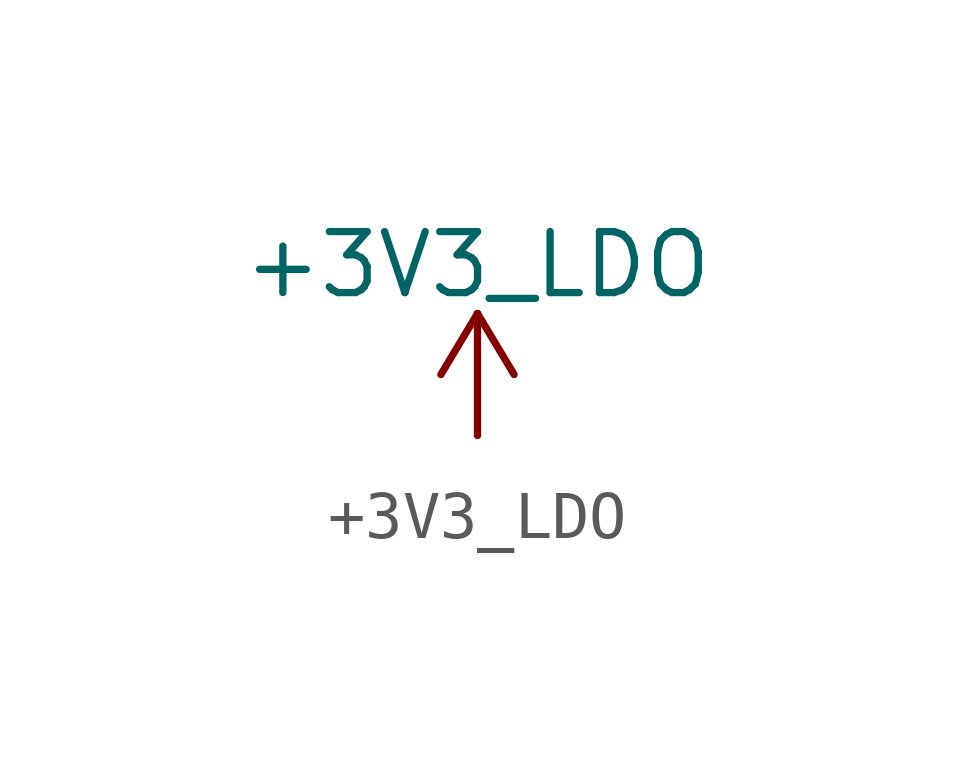
<source format=kicad_sym>
(kicad_symbol_lib
  (version 20220914)
  (generator kicad_symbol_editor)
  (symbol "+3V3_LDO"
    (power)
    (pin_names
      (offset 0))
    (property "Reference" "#PWR"
      (at 0 -3.81 0)
      (effects (font (size 1.27 1.27)) hide))
    (property "Value" "+3V3_LDO"
      (at 0 3.556 0)
      (effects (font (size 1.27 1.27))))
    (symbol "+3V3_LDO_0_1"
      (polyline (pts (xy -0.762 1.27) (xy 0 2.54)) (stroke (width 0) (type default)) (fill (type none)))
      (polyline (pts (xy 0 0) (xy 0 2.54)) (stroke (width 0) (type default)) (fill (type none)))
      (polyline (pts (xy 0 2.54) (xy 0.762 1.27)) (stroke (width 0) (type default)) (fill (type none))))
    (symbol "+3V3_LDO_1_1"
      (pin power_in line (at 0 0 90) (length 0) hide (name "+3V3_LDO" (effects (font (size 1.27 1.27)))) (number "1" (effects (font (size 1.27 1.27))))))))
</source>
